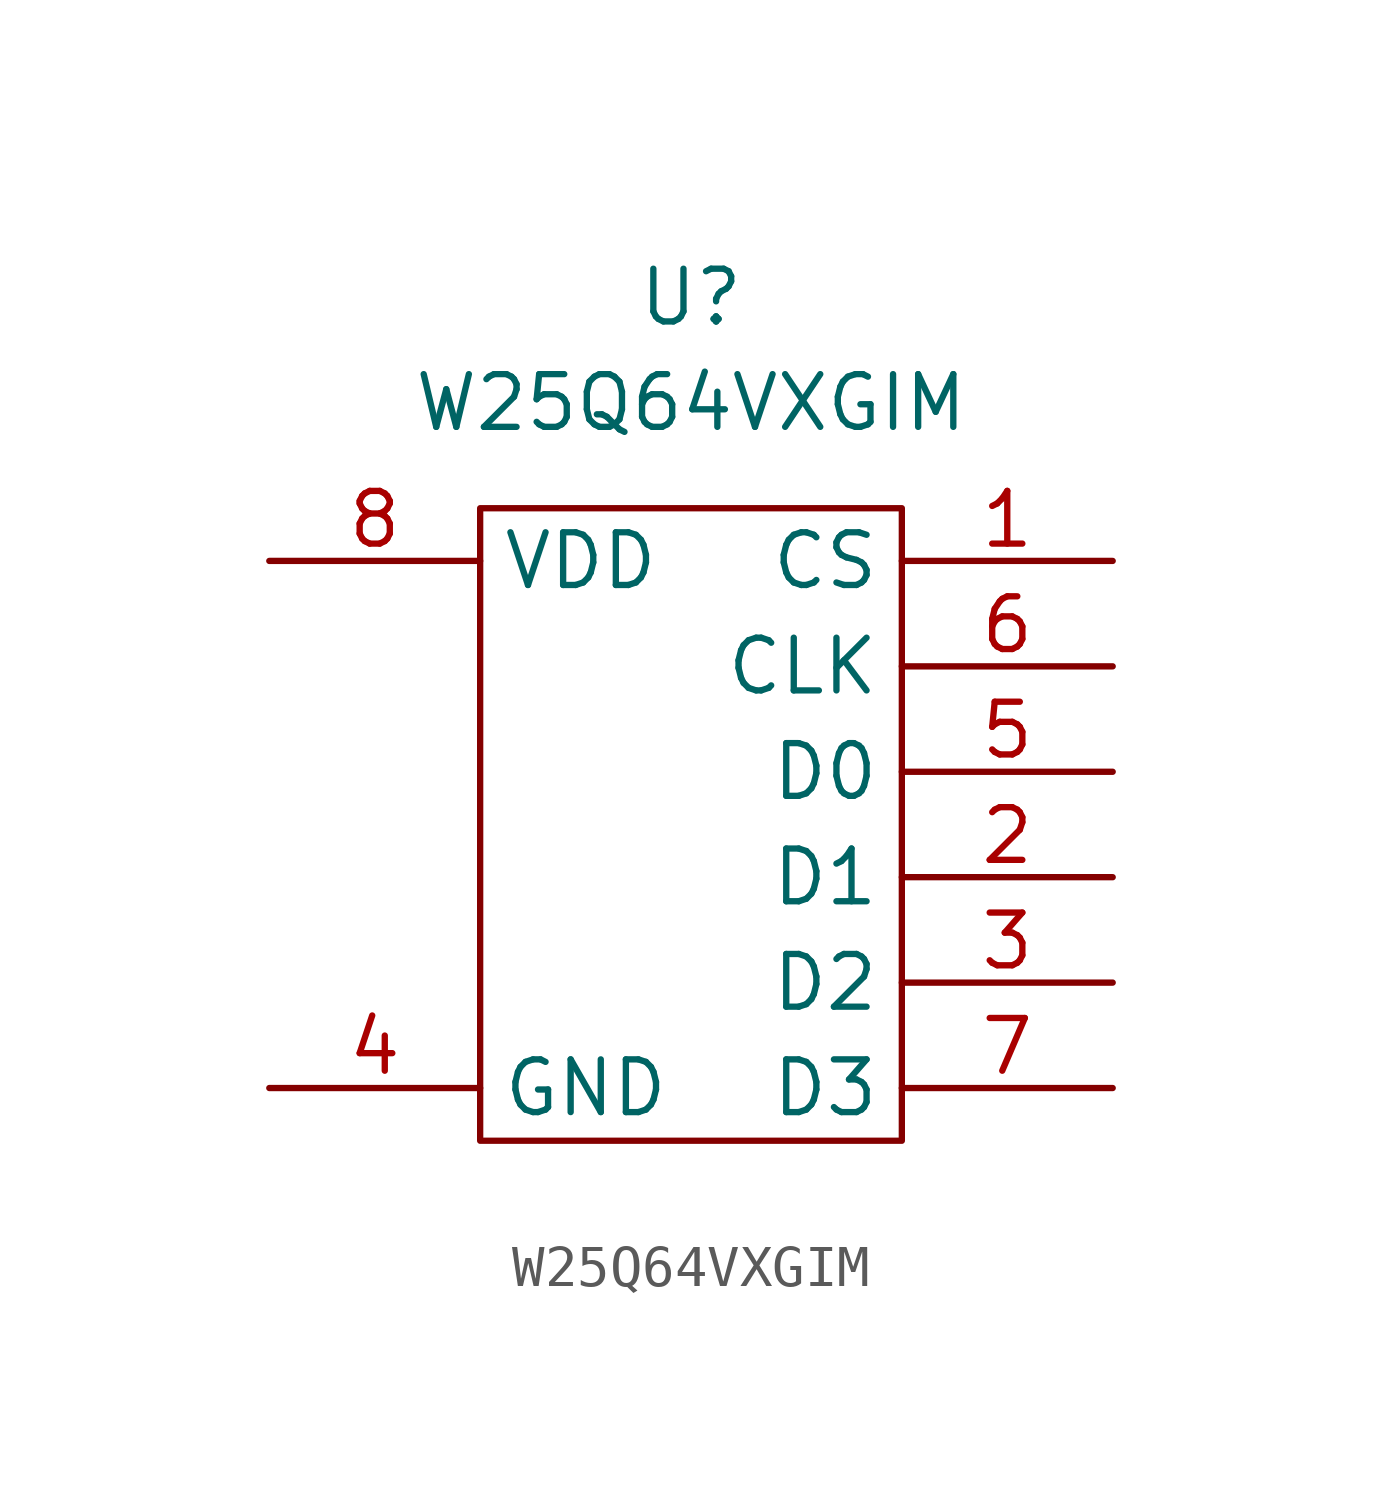
<source format=kicad_sym>
(kicad_symbol_lib
  (version 20220914)
  (generator kicad_symbol_editor)
  (symbol "W25Q64VXGIM"
    (property "Reference" "U"
      (at 0 12.7 0)
      (effects (font (size 1.27 1.27))))
    (property "Value" "W25Q64VXGIM"
      (at 0 10.16 0)
      (effects (font (size 1.27 1.27))))
    (symbol "W25Q64VXGIM_0_1"
      (rectangle (start -5.08 7.62) (end 5.08 -7.62) (stroke (width 0.152) (type default)) (fill (type none))))
    (symbol "W25Q64VXGIM_1_1"
      (pin input line (at 10.16 6.35 180) (length 5.08) (name "CS" (effects (font (size 1.27 1.27)))) (number "1" (effects (font (size 1.27 1.27)))))
      (pin output line (at 10.16 -1.27 180) (length 5.08) (name "D1" (effects (font (size 1.27 1.27)))) (number "2" (effects (font (size 1.27 1.27)))))
      (pin output line (at 10.16 -3.81 180) (length 5.08) (name "D2" (effects (font (size 1.27 1.27)))) (number "3" (effects (font (size 1.27 1.27)))))
      (pin power_in line (at -10.16 -6.35 0) (length 5.08) (name "GND" (effects (font (size 1.27 1.27)))) (number "4" (effects (font (size 1.27 1.27)))))
      (pin output line (at 10.16 1.27 180) (length 5.08) (name "D0" (effects (font (size 1.27 1.27)))) (number "5" (effects (font (size 1.27 1.27)))))
      (pin input line (at 10.16 3.81 180) (length 5.08) (name "CLK" (effects (font (size 1.27 1.27)))) (number "6" (effects (font (size 1.27 1.27)))))
      (pin output line (at 10.16 -6.35 180) (length 5.08) (name "D3" (effects (font (size 1.27 1.27)))) (number "7" (effects (font (size 1.27 1.27)))))
      (pin power_in line (at -10.16 6.35 0) (length 5.08) (name "VDD" (effects (font (size 1.27 1.27)))) (number "8" (effects (font (size 1.27 1.27))))))))
</source>
